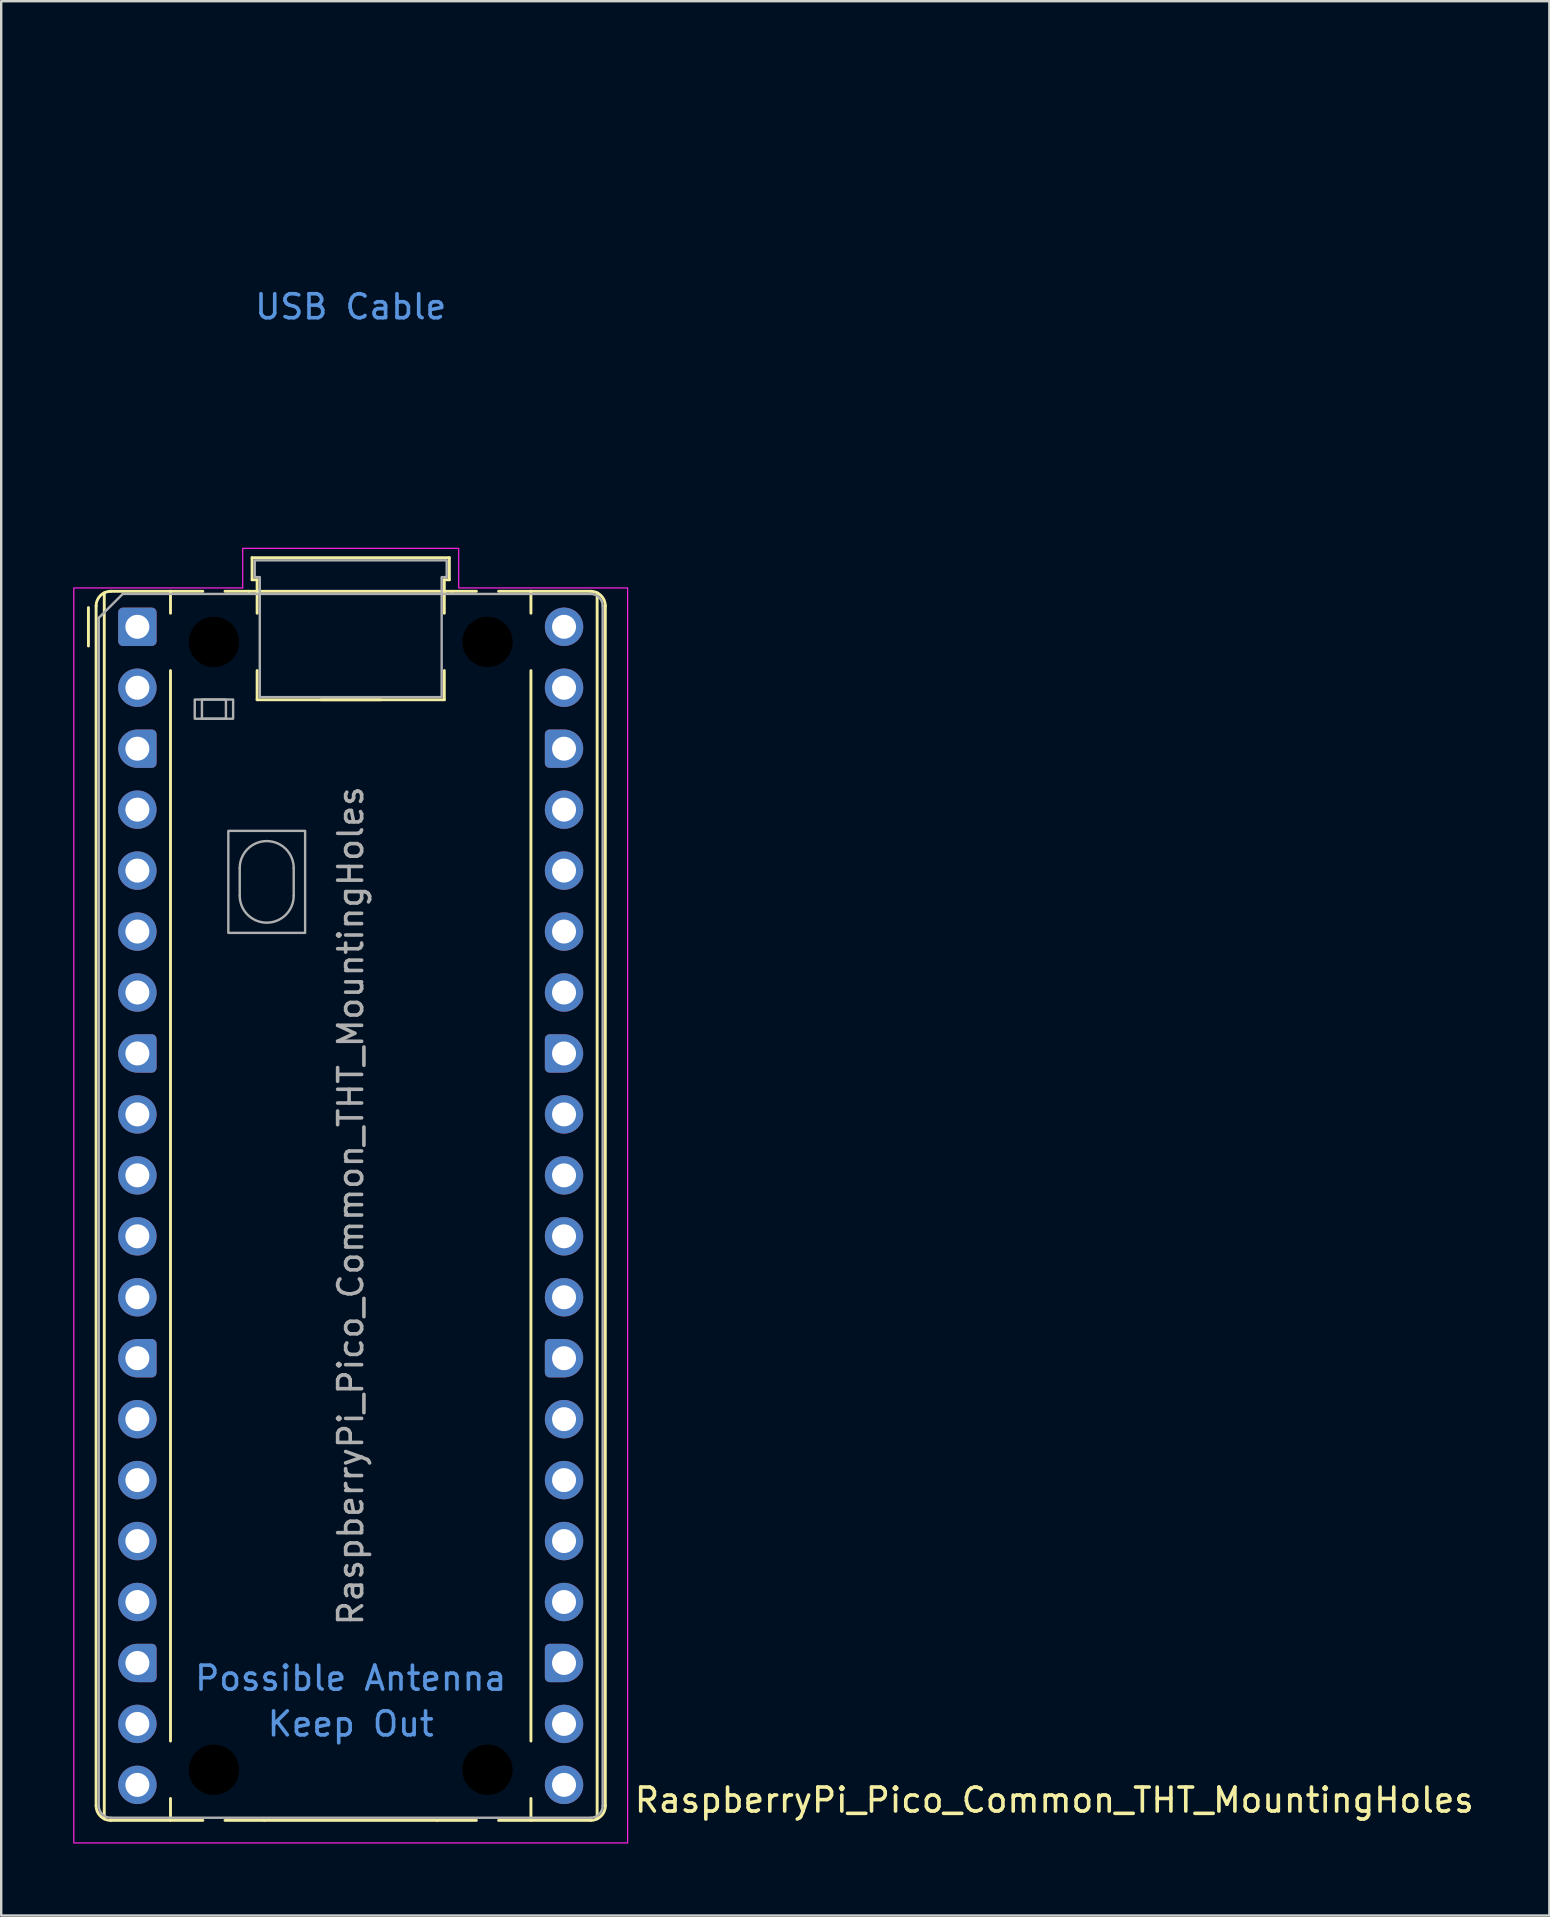
<source format=kicad_pcb>
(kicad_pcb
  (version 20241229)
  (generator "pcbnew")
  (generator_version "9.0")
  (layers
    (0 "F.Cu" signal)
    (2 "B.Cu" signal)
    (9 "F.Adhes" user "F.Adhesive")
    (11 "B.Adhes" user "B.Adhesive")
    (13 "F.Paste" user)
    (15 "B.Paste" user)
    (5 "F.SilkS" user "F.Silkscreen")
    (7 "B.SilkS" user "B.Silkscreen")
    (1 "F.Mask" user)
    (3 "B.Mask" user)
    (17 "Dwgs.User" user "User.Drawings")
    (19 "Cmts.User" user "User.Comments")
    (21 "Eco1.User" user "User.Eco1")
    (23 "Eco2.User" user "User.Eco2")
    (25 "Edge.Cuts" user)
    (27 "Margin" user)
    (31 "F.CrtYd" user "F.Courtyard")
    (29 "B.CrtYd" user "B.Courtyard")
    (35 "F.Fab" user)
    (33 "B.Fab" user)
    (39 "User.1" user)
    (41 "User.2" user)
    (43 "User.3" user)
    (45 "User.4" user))
  (footprint "RaspberryPi_Pico_Common_THT_MountingHoles"
    (layer "F.Cu")
    (at 11.565 47.2)
    (property "Reference" "RaspberryPi_Pico_Common_THT_MountingHoles" (at 11.748 24.765 0) (unlocked yes) (layer "F.SilkS") (effects (font (size 1 1) (thickness 0.15)) (justify left)))
    (attr through_hole)
    (fp_line (start -10.93 -23.33) (end -10.93 -24.93) (stroke (width 0.12) (type solid)) (layer "F.SilkS"))
    (fp_line (start -10.61 -25) (end -10.61 25) (stroke (width 0.12) (type solid)) (layer "F.SilkS"))
    (fp_line (start -10.27 -25.547) (end -10.27 25.547) (stroke (width 0.12) (type solid)) (layer "F.SilkS"))
    (fp_line (start -10 -25.61) (end -7.51 -25.61) (stroke (width 0.12) (type solid)) (layer "F.SilkS"))
    (fp_line (start -10 25.61) (end -6.162 25.61) (stroke (width 0.12) (type solid)) (layer "F.SilkS"))
    (fp_line (start -7.51 -25.61) (end -7.51 -24.696) (stroke (width 0.12) (type solid)) (layer "F.SilkS"))
    (fp_line (start -7.51 -25.61) (end -6.162 -25.61) (stroke (width 0.12) (type solid)) (layer "F.SilkS"))
    (fp_line (start -7.51 -22.304) (end -7.51 22.304) (stroke (width 0.12) (type solid)) (layer "F.SilkS"))
    (fp_line (start -7.51 24.696) (end -7.51 25.61) (stroke (width 0.12) (type solid)) (layer "F.SilkS"))
    (fp_line (start -5.238 -25.61) (end -4.235 -25.61) (stroke (width 0.12) (type solid)) (layer "F.SilkS"))
    (fp_line (start -4.235 -25.61) (end 4.235 -25.61) (stroke (width 0.12) (type solid)) (layer "F.SilkS"))
    (fp_line (start -4.11 -27.01) (end -4.11 -26.09) (stroke (width 0.12) (type solid)) (layer "F.SilkS"))
    (fp_line (start -4.11 -27.01) (end 4.11 -27.01) (stroke (width 0.12) (type solid)) (layer "F.SilkS"))
    (fp_line (start -4.11 -26.09) (end -3.9 -26.09) (stroke (width 0.12) (type solid)) (layer "F.SilkS"))
    (fp_line (start -3.9 -26.09) (end -3.9 -24.694) (stroke (width 0.12) (type solid)) (layer "F.SilkS"))
    (fp_line (start -3.9 -22.306) (end -3.9 -21.09) (stroke (width 0.12) (type solid)) (layer "F.SilkS"))
    (fp_line (start -3.6 25.61) (end -5.238 25.61) (stroke (width 0.12) (type solid)) (layer "F.SilkS"))
    (fp_line (start -1.246 -21.09) (end 1.246 -21.09) (stroke (width 0.12) (type solid)) (layer "F.SilkS"))
    (fp_line (start 3.6 25.61) (end -3.6 25.61) (stroke (width 0.12) (type solid)) (layer "F.SilkS"))
    (fp_line (start 3.9 -26.09) (end 3.9 -24.694) (stroke (width 0.12) (type solid)) (layer "F.SilkS"))
    (fp_line (start 3.9 -22.306) (end 3.9 -21.09) (stroke (width 0.12) (type solid)) (layer "F.SilkS"))
    (fp_line (start 3.9 -21.09) (end -3.9 -21.09) (stroke (width 0.12) (type solid)) (layer "F.SilkS"))
    (fp_line (start 4.11 -27.01) (end 4.11 -26.09) (stroke (width 0.12) (type solid)) (layer "F.SilkS"))
    (fp_line (start 4.11 -26.09) (end 3.9 -26.09) (stroke (width 0.12) (type solid)) (layer "F.SilkS"))
    (fp_line (start 4.235 -25.61) (end 5.238 -25.61) (stroke (width 0.12) (type solid)) (layer "F.SilkS"))
    (fp_line (start 5.238 25.61) (end 3.6 25.61) (stroke (width 0.12) (type solid)) (layer "F.SilkS"))
    (fp_line (start 6.162 -25.61) (end 7.51 -25.61) (stroke (width 0.12) (type solid)) (layer "F.SilkS"))
    (fp_line (start 6.162 25.61) (end 10 25.61) (stroke (width 0.12) (type solid)) (layer "F.SilkS"))
    (fp_line (start 7.51 -25.61) (end 7.51 -24.696) (stroke (width 0.12) (type solid)) (layer "F.SilkS"))
    (fp_line (start 7.51 -22.304) (end 7.51 22.304) (stroke (width 0.12) (type solid)) (layer "F.SilkS"))
    (fp_line (start 7.51 24.696) (end 7.51 25.61) (stroke (width 0.12) (type solid)) (layer "F.SilkS"))
    (fp_line (start 10 -25.61) (end 7.51 -25.61) (stroke (width 0.12) (type solid)) (layer "F.SilkS"))
    (fp_line (start 10.27 25.547) (end 10.27 -25.547) (stroke (width 0.12) (type solid)) (layer "F.SilkS"))
    (fp_line (start 10.61 -25) (end 10.61 25) (stroke (width 0.12) (type solid)) (layer "F.SilkS"))
    (fp_arc (start -10.61 -25) (mid -10.431335 -25.431335) (end -10 -25.61) (stroke (width 0.12) (type solid)) (layer "F.SilkS"))
    (fp_arc (start -10 25.61) (mid -10.431364 25.431364) (end -10.61 25) (stroke (width 0.12) (type solid)) (layer "F.SilkS"))
    (fp_arc (start 10 -25.61) (mid 10.431335 -25.431335) (end 10.61 -25) (stroke (width 0.12) (type solid)) (layer "F.SilkS"))
    (fp_arc (start 10.61 25) (mid 10.431335 25.431335) (end 10 25.61) (stroke (width 0.12) (type solid)) (layer "F.SilkS"))
    (fp_poly (pts (xy -4.5 -27.4) (xy 4.5 -27.4) (xy 4.5 -25.75) (xy 11.54 -25.75) (xy 11.54 26.55) (xy -11.54 26.55) (xy -11.54 -25.75) (xy -4.5 -25.75)) (stroke (width 0.05) (type solid)) (fill no) (layer "F.CrtYd"))
    (fp_line (start -10.5 -24.5) (end -9.5 -25.5) (stroke (width 0.1) (type solid)) (layer "F.Fab"))
    (fp_line (start -10.5 25) (end -10.5 -24.5) (stroke (width 0.1) (type solid)) (layer "F.Fab"))
    (fp_line (start -9.5 -25.5) (end 10 -25.5) (stroke (width 0.1) (type solid)) (layer "F.Fab"))
    (fp_line (start -4.625 -14.075) (end -4.625 -12.925) (stroke (width 0.1) (type solid)) (layer "F.Fab"))
    (fp_line (start -2.375 -14.075) (end -2.375 -12.925) (stroke (width 0.1) (type solid)) (layer "F.Fab"))
    (fp_line (start 10 25.5) (end -10 25.5) (stroke (width 0.1) (type solid)) (layer "F.Fab"))
    (fp_line (start 10.5 -25) (end 10.5 25) (stroke (width 0.1) (type solid)) (layer "F.Fab"))
    (fp_rect (start -6.5 -21.1) (end -4.9 -20.3) (stroke (width 0.1) (type solid)) (fill no) (layer "F.Fab"))
    (fp_rect (start -6.2 -21.1) (end -5.2 -20.3) (stroke (width 0.1) (type solid)) (fill no) (layer "F.Fab"))
    (fp_rect (start -5.1 -15.625) (end -1.9 -11.375) (stroke (width 0.1) (type solid)) (fill no) (layer "F.Fab"))
    (fp_arc (start -10 25.5) (mid -10.353553 25.353553) (end -10.5 25) (stroke (width 0.1) (type solid)) (layer "F.Fab"))
    (fp_arc (start -4.625 -14.075) (mid -3.5 -15.2) (end -2.375 -14.075) (stroke (width 0.1) (type solid)) (layer "F.Fab"))
    (fp_arc (start -2.375 -12.925) (mid -3.5 -11.8) (end -4.625 -12.925) (stroke (width 0.1) (type solid)) (layer "F.Fab"))
    (fp_arc (start 10 -25.5) (mid 10.353553 -25.353553) (end 10.5 -25) (stroke (width 0.1) (type solid)) (layer "F.Fab"))
    (fp_arc (start 10.5 25) (mid 10.353553 25.353553) (end 10 25.5) (stroke (width 0.1) (type solid)) (layer "F.Fab"))
    (fp_poly (pts (xy 3.79 -21.2) (xy 3.79 -26.2) (xy 4 -26.2) (xy 4 -26.9) (xy -4 -26.9) (xy -4 -26.2) (xy -3.79 -26.2) (xy -3.79 -21.2)) (stroke (width 0.1) (type solid)) (fill no) (layer "F.Fab"))
    (fp_text user "Possible Antenna" (at 0 19.685 0) (unlocked yes) (layer "Cmts.User") (effects (font (size 1 1) (thickness 0.15))))
    (fp_text user "USB Cable" (at 0 -37.465 0) (unlocked yes) (layer "Cmts.User") (effects (font (size 1 1) (thickness 0.15))))
    (fp_text user "Keep Out" (at 0 21.59 0) (unlocked yes) (layer "Cmts.User") (effects (font (size 1 1) (thickness 0.15))))
    (fp_text user "${REFERENCE}" (at 0 0 90) (layer "F.Fab") (effects (font (size 1 1) (thickness 0.15))))
    (pad "" np_thru_hole circle (at -5.7 -23.5) (size 3.8 3.8) (drill 2.1) (layers "*.Mask"))
    (pad "" np_thru_hole circle (at -5.7 23.5) (size 3.8 3.8) (drill 2.1) (layers "*.Mask"))
    (pad "" np_thru_hole circle (at 5.7 -23.5) (size 3.8 3.8) (drill 2.1) (layers "*.Mask"))
    (pad "" np_thru_hole circle (at 5.7 23.5) (size 3.8 3.8) (drill 2.1) (layers "*.Mask"))
    (pad "1" thru_hole roundrect (at -8.89 -24.13) (size 1.6 1.6) (drill 1) (layers "*.Cu" "*.Mask") (roundrect_rratio 0.125))
    (pad "2" thru_hole circle (at -8.89 -21.59) (size 1.6 1.6) (drill 1) (layers "*.Cu" "*.Mask"))
    (pad "3" thru_hole custom (at -8.89 -19.05) (size 1.6 1.6) (drill 1) (layers "*.Cu" "*.Mask") (options (anchor circle)) (primitives (gr_poly (pts (xy 0.8 0.6) (xy 0.8 -0.6) (xy 0.6 -0.8) (xy 0 -0.8) (xy 0 0.8) (xy 0.6 0.8)) (width 0) (fill yes)) (gr_circle (center 0.6 0.6) (end 0.8 0.6) (width 0) (fill yes)) (gr_circle (center 0.6 -0.6) (end 0.8 -0.6) (width 0) (fill yes))))
    (pad "4" thru_hole circle (at -8.89 -16.51) (size 1.6 1.6) (drill 1) (layers "*.Cu" "*.Mask"))
    (pad "5" thru_hole circle (at -8.89 -13.97) (size 1.6 1.6) (drill 1) (layers "*.Cu" "*.Mask"))
    (pad "6" thru_hole circle (at -8.89 -11.43) (size 1.6 1.6) (drill 1) (layers "*.Cu" "*.Mask"))
    (pad "7" thru_hole circle (at -8.89 -8.89) (size 1.6 1.6) (drill 1) (layers "*.Cu" "*.Mask"))
    (pad "8" thru_hole custom (at -8.89 -6.35) (size 1.6 1.6) (drill 1) (layers "*.Cu" "*.Mask") (options (anchor circle)) (primitives (gr_poly (pts (xy 0.8 0.6) (xy 0.8 -0.6) (xy 0.6 -0.8) (xy 0 -0.8) (xy 0 0.8) (xy 0.6 0.8)) (width 0) (fill yes)) (gr_circle (center 0.6 0.6) (end 0.8 0.6) (width 0) (fill yes)) (gr_circle (center 0.6 -0.6) (end 0.8 -0.6) (width 0) (fill yes))))
    (pad "9" thru_hole circle (at -8.89 -3.81) (size 1.6 1.6) (drill 1) (layers "*.Cu" "*.Mask"))
    (pad "10" thru_hole circle (at -8.89 -1.27) (size 1.6 1.6) (drill 1) (layers "*.Cu" "*.Mask"))
    (pad "11" thru_hole circle (at -8.89 1.27) (size 1.6 1.6) (drill 1) (layers "*.Cu" "*.Mask"))
    (pad "12" thru_hole circle (at -8.89 3.81) (size 1.6 1.6) (drill 1) (layers "*.Cu" "*.Mask"))
    (pad "13" thru_hole custom (at -8.89 6.35) (size 1.6 1.6) (drill 1) (layers "*.Cu" "*.Mask") (options (anchor circle)) (primitives (gr_poly (pts (xy 0.8 0.6) (xy 0.8 -0.6) (xy 0.6 -0.8) (xy 0 -0.8) (xy 0 0.8) (xy 0.6 0.8)) (width 0) (fill yes)) (gr_circle (center 0.6 0.6) (end 0.8 0.6) (width 0) (fill yes)) (gr_circle (center 0.6 -0.6) (end 0.8 -0.6) (width 0) (fill yes))))
    (pad "14" thru_hole circle (at -8.89 8.89) (size 1.6 1.6) (drill 1) (layers "*.Cu" "*.Mask"))
    (pad "15" thru_hole circle (at -8.89 11.43) (size 1.6 1.6) (drill 1) (layers "*.Cu" "*.Mask"))
    (pad "16" thru_hole circle (at -8.89 13.97) (size 1.6 1.6) (drill 1) (layers "*.Cu" "*.Mask"))
    (pad "17" thru_hole circle (at -8.89 16.51) (size 1.6 1.6) (drill 1) (layers "*.Cu" "*.Mask"))
    (pad "18" thru_hole custom (at -8.89 19.05) (size 1.6 1.6) (drill 1) (layers "*.Cu" "*.Mask") (options (anchor circle)) (primitives (gr_poly (pts (xy 0.8 0.6) (xy 0.8 -0.6) (xy 0.6 -0.8) (xy 0 -0.8) (xy 0 0.8) (xy 0.6 0.8)) (width 0) (fill yes)) (gr_circle (center 0.6 0.6) (end 0.8 0.6) (width 0) (fill yes)) (gr_circle (center 0.6 -0.6) (end 0.8 -0.6) (width 0) (fill yes))))
    (pad "19" thru_hole circle (at -8.89 21.59) (size 1.6 1.6) (drill 1) (layers "*.Cu" "*.Mask"))
    (pad "20" thru_hole circle (at -8.89 24.13) (size 1.6 1.6) (drill 1) (layers "*.Cu" "*.Mask"))
    (pad "21" thru_hole circle (at 8.89 24.13) (size 1.6 1.6) (drill 1) (layers "*.Cu" "*.Mask"))
    (pad "22" thru_hole circle (at 8.89 21.59) (size 1.6 1.6) (drill 1) (layers "*.Cu" "*.Mask"))
    (pad "23" thru_hole custom (at 8.89 19.05) (size 1.6 1.6) (drill 1) (layers "*.Cu" "*.Mask") (options (anchor circle)) (primitives (gr_poly (pts (xy -0.8 0.6) (xy -0.8 -0.6) (xy -0.6 -0.8) (xy 0 -0.8) (xy 0 0.8) (xy -0.6 0.8)) (width 0) (fill yes)) (gr_circle (center -0.6 0.6) (end -0.4 0.6) (width 0) (fill yes)) (gr_circle (center -0.6 -0.6) (end -0.4 -0.6) (width 0) (fill yes))))
    (pad "24" thru_hole circle (at 8.89 16.51) (size 1.6 1.6) (drill 1) (layers "*.Cu" "*.Mask"))
    (pad "25" thru_hole circle (at 8.89 13.97) (size 1.6 1.6) (drill 1) (layers "*.Cu" "*.Mask"))
    (pad "26" thru_hole circle (at 8.89 11.43) (size 1.6 1.6) (drill 1) (layers "*.Cu" "*.Mask"))
    (pad "27" thru_hole circle (at 8.89 8.89) (size 1.6 1.6) (drill 1) (layers "*.Cu" "*.Mask"))
    (pad "28" thru_hole custom (at 8.89 6.35) (size 1.6 1.6) (drill 1) (layers "*.Cu" "*.Mask") (options (anchor circle)) (primitives (gr_poly (pts (xy -0.8 0.6) (xy -0.8 -0.6) (xy -0.6 -0.8) (xy 0 -0.8) (xy 0 0.8) (xy -0.6 0.8)) (width 0) (fill yes)) (gr_circle (center -0.6 0.6) (end -0.4 0.6) (width 0) (fill yes)) (gr_circle (center -0.6 -0.6) (end -0.4 -0.6) (width 0) (fill yes))))
    (pad "29" thru_hole circle (at 8.89 3.81) (size 1.6 1.6) (drill 1) (layers "*.Cu" "*.Mask"))
    (pad "30" thru_hole circle (at 8.89 1.27) (size 1.6 1.6) (drill 1) (layers "*.Cu" "*.Mask"))
    (pad "31" thru_hole circle (at 8.89 -1.27) (size 1.6 1.6) (drill 1) (layers "*.Cu" "*.Mask"))
    (pad "32" thru_hole circle (at 8.89 -3.81) (size 1.6 1.6) (drill 1) (layers "*.Cu" "*.Mask"))
    (pad "33" thru_hole custom (at 8.89 -6.35) (size 1.6 1.6) (drill 1) (layers "*.Cu" "*.Mask") (options (anchor circle)) (primitives (gr_poly (pts (xy -0.8 0.6) (xy -0.8 -0.6) (xy -0.6 -0.8) (xy 0 -0.8) (xy 0 0.8) (xy -0.6 0.8)) (width 0) (fill yes)) (gr_circle (center -0.6 0.6) (end -0.4 0.6) (width 0) (fill yes)) (gr_circle (center -0.6 -0.6) (end -0.4 -0.6) (width 0) (fill yes))))
    (pad "34" thru_hole circle (at 8.89 -8.89) (size 1.6 1.6) (drill 1) (layers "*.Cu" "*.Mask"))
    (pad "35" thru_hole circle (at 8.89 -11.43) (size 1.6 1.6) (drill 1) (layers "*.Cu" "*.Mask"))
    (pad "36" thru_hole circle (at 8.89 -13.97) (size 1.6 1.6) (drill 1) (layers "*.Cu" "*.Mask"))
    (pad "37" thru_hole circle (at 8.89 -16.51) (size 1.6 1.6) (drill 1) (layers "*.Cu" "*.Mask"))
    (pad "38" thru_hole custom (at 8.89 -19.05) (size 1.6 1.6) (drill 1) (layers "*.Cu" "*.Mask") (options (anchor circle)) (primitives (gr_poly (pts (xy -0.8 0.6) (xy -0.8 -0.6) (xy -0.6 -0.8) (xy 0 -0.8) (xy 0 0.8) (xy -0.6 0.8)) (width 0) (fill yes)) (gr_circle (center -0.6 0.6) (end -0.4 0.6) (width 0) (fill yes)) (gr_circle (center -0.6 -0.6) (end -0.4 -0.6) (width 0) (fill yes))))
    (pad "39" thru_hole circle (at 8.89 -21.59) (size 1.6 1.6) (drill 1) (layers "*.Cu" "*.Mask"))
    (pad "40" thru_hole circle (at 8.89 -24.13) (size 1.6 1.6) (drill 1) (layers "*.Cu" "*.Mask"))
    (zone (net_name "") (layers "F.Cu" "B.Cu" "F.Paste" "B.Paste") (name "Antenna Copper Keep Out") (hatch full 0.5) (connect_pads) (min_thickness 0.254) (filled_areas_thickness no) (keepout (tracks not_allowed) (vias not_allowed) (pads not_allowed) (copperpour not_allowed) (footprints allowed)) (placement (enabled no)) (fill) (polygon (pts (xy 9.165 72.19) (xy 4.465 68.54) (xy 4.465 64.2) (xy 18.665 64.2) (xy 18.665 68.54) (xy 13.965 72.19) (xy 13.965 73.2) (xy 9.165 73.2))))
    (zone (net_name "") (layer "F.CrtYd") (name "USB Cable") (hatch edge 0.5) (connect_pads) (min_thickness 0.254) (filled_areas_thickness no) (keepout (tracks allowed) (vias allowed) (pads allowed) (copperpour allowed) (footprints allowed)) (placement (enabled no)) (fill) (polygon (pts (xy 5.815 19.5) (xy 7.625 19.5) (xy 7.625 19.8) (xy 15.505 19.8) (xy 15.505 19.5) (xy 17.315 19.5) (xy 17.315 0) (xy 5.815 0)))))
  (gr_rect
    (start -3 -3)
    (end 61.515 76.775)
    (stroke (width 0.1) (type default))
    (fill no)
    (layer "Edge.Cuts")))
</source>
